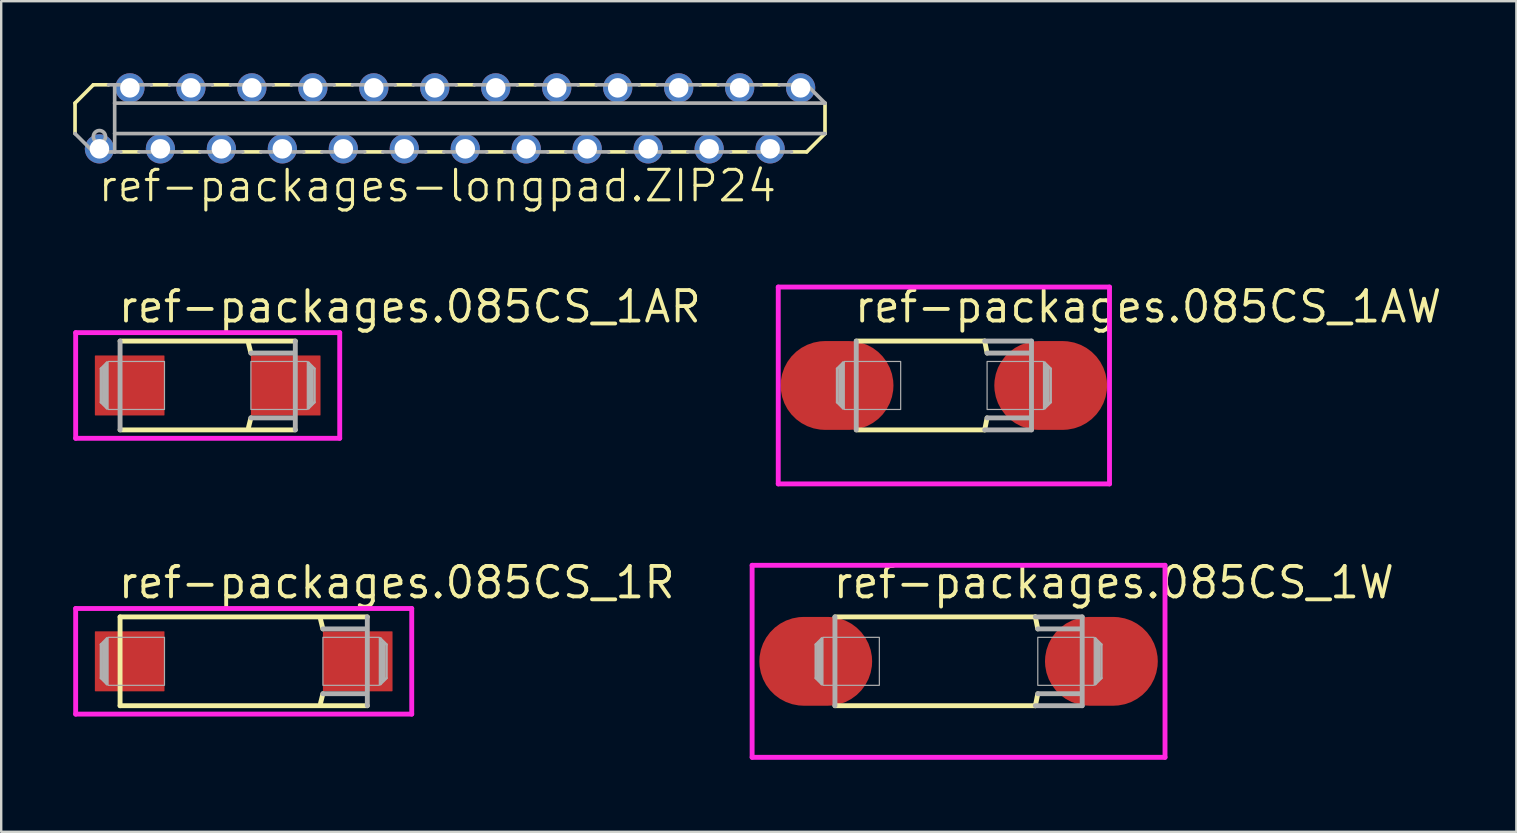
<source format=kicad_pcb>
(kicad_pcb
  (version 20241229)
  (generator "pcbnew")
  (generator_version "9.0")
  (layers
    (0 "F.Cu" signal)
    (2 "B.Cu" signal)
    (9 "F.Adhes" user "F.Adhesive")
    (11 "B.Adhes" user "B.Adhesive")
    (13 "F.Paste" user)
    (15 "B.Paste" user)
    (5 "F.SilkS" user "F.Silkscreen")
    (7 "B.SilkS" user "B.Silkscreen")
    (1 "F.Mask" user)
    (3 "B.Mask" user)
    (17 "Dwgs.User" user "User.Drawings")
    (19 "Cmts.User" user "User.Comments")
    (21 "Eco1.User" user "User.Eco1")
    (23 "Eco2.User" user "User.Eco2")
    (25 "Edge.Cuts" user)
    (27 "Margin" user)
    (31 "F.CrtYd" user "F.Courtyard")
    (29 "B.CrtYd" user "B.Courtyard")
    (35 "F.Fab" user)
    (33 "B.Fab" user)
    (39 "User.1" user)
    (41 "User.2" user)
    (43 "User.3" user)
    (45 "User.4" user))
  (footprint "ref-packages.085CS_1R"
    (layer "F.Cu")
    (at 7.102 24.499)
    (property "Reference" "ref-packages.085CS_1R" (at -5.31 -2.54 0) (layer "F.SilkS") (effects (font (size 1.27 1.27) (thickness 0.16)) (justify left bottom)))
    (attr smd)
    (fp_line (start -5.15 -1.85) (end -5.15 1.85) (stroke (width 0.203) (type default)) (layer "F.SilkS"))
    (fp_line (start -5.15 1.85) (end 5.15 1.85) (stroke (width 0.203) (type default)) (layer "F.SilkS"))
    (fp_line (start 3.3 -1.35) (end 3.2 -1.75) (stroke (width 0.203) (type default)) (layer "F.SilkS"))
    (fp_line (start 3.3 1.35) (end 3.2 1.75) (stroke (width 0.203) (type default)) (layer "F.SilkS"))
    (fp_line (start 5.15 -1.85) (end -5.15 -1.85) (stroke (width 0.203) (type default)) (layer "F.SilkS"))
    (fp_line (start -7 -2.2) (end -7 2.2) (stroke (width 0.203) (type default)) (layer "F.CrtYd"))
    (fp_line (start -7 -2.2) (end 7 -2.2) (stroke (width 0.203) (type default)) (layer "F.CrtYd"))
    (fp_line (start -7 2.2) (end 7 2.2) (stroke (width 0.203) (type default)) (layer "F.CrtYd"))
    (fp_line (start 7 -2.2) (end 7 2.2) (stroke (width 0.203) (type default)) (layer "F.CrtYd"))
    (fp_line (start -5.95 -0.7) (end -5.95 0.7) (stroke (width 0.102) (type default)) (layer "F.Fab"))
    (fp_line (start -5.95 0.7) (end -5.7 0.95) (stroke (width 0.102) (type default)) (layer "F.Fab"))
    (fp_line (start -5.8 -0.75) (end -5.8 0.75) (stroke (width 0.203) (type default)) (layer "F.Fab"))
    (fp_line (start -5.7 -0.95) (end -5.95 -0.7) (stroke (width 0.102) (type default)) (layer "F.Fab"))
    (fp_line (start -5.7 0.95) (end -5.7 -0.95) (stroke (width 0.102) (type default)) (layer "F.Fab"))
    (fp_line (start 5.05 -1.35) (end 3.3 -1.35) (stroke (width 0.203) (type default)) (layer "F.Fab"))
    (fp_line (start 5.1 1.35) (end 3.3 1.35) (stroke (width 0.203) (type default)) (layer "F.Fab"))
    (fp_line (start 5.15 1.85) (end 5.15 -1.85) (stroke (width 0.203) (type default)) (layer "F.Fab"))
    (fp_line (start 5.7 -0.95) (end 5.7 0.95) (stroke (width 0.102) (type default)) (layer "F.Fab"))
    (fp_line (start 5.7 0.95) (end 5.95 0.7) (stroke (width 0.102) (type default)) (layer "F.Fab"))
    (fp_line (start 5.8 0.75) (end 5.8 -0.75) (stroke (width 0.203) (type default)) (layer "F.Fab"))
    (fp_line (start 5.95 -0.7) (end 5.7 -0.95) (stroke (width 0.102) (type default)) (layer "F.Fab"))
    (fp_line (start 5.95 0.7) (end 5.95 -0.7) (stroke (width 0.102) (type default)) (layer "F.Fab"))
    (fp_rect (start -5.65 1) (end -3.3 -1) (stroke (width 0.05) (type default)) (fill no) (layer "F.Fab"))
    (fp_rect (start 3.3 1) (end 5.65 -1) (stroke (width 0.05) (type default)) (fill no) (layer "F.Fab"))
    (pad "+" smd roundrect (at 4.75 0) (size 2.9 2.5) (layers "F.Cu" "F.Mask" "F.Paste") (roundrect_rratio 0.01))
    (pad "-" smd roundrect (at -4.75 0) (size 2.9 2.5) (layers "F.Cu" "F.Mask" "F.Paste") (roundrect_rratio 0.01)))
  (footprint "ref-packages.085CS_1W"
    (layer "F.Cu")
    (at 36.882 24.499)
    (property "Reference" "ref-packages.085CS_1W" (at -5.31 -2.54 0) (layer "F.SilkS") (effects (font (size 1.27 1.27) (thickness 0.16)) (justify left bottom)))
    (attr smd)
    (fp_line (start -5.15 1.85) (end 3.2 1.85) (stroke (width 0.203) (type default)) (layer "F.SilkS"))
    (fp_line (start 3.2 -1.85) (end -5.15 -1.85) (stroke (width 0.203) (type default)) (layer "F.SilkS"))
    (fp_line (start 3.3 -1.35) (end 3.2 -1.85) (stroke (width 0.203) (type default)) (layer "F.SilkS"))
    (fp_line (start 3.3 1.35) (end 3.2 1.85) (stroke (width 0.203) (type default)) (layer "F.SilkS"))
    (fp_line (start -8.6 -4) (end -8.6 4) (stroke (width 0.203) (type default)) (layer "F.CrtYd"))
    (fp_line (start -8.6 -4) (end 8.6 -4) (stroke (width 0.203) (type default)) (layer "F.CrtYd"))
    (fp_line (start -8.6 4) (end 8.6 4) (stroke (width 0.203) (type default)) (layer "F.CrtYd"))
    (fp_line (start 8.6 -4) (end 8.6 4) (stroke (width 0.203) (type default)) (layer "F.CrtYd"))
    (fp_line (start -5.95 -0.7) (end -5.95 0.7) (stroke (width 0.102) (type default)) (layer "F.Fab"))
    (fp_line (start -5.95 0.7) (end -5.7 0.95) (stroke (width 0.102) (type default)) (layer "F.Fab"))
    (fp_line (start -5.8 -0.75) (end -5.8 0.75) (stroke (width 0.203) (type default)) (layer "F.Fab"))
    (fp_line (start -5.7 -0.95) (end -5.95 -0.7) (stroke (width 0.102) (type default)) (layer "F.Fab"))
    (fp_line (start -5.7 0.95) (end -5.7 -0.95) (stroke (width 0.102) (type default)) (layer "F.Fab"))
    (fp_line (start -5.15 -1.85) (end -5.15 1.85) (stroke (width 0.203) (type default)) (layer "F.Fab"))
    (fp_line (start 3.2 1.85) (end 5.15 1.85) (stroke (width 0.203) (type default)) (layer "F.Fab"))
    (fp_line (start 5.05 -1.35) (end 3.3 -1.35) (stroke (width 0.203) (type default)) (layer "F.Fab"))
    (fp_line (start 5.1 1.35) (end 3.3 1.35) (stroke (width 0.203) (type default)) (layer "F.Fab"))
    (fp_line (start 5.15 -1.85) (end 3.2 -1.85) (stroke (width 0.203) (type default)) (layer "F.Fab"))
    (fp_line (start 5.15 1.85) (end 5.15 -1.85) (stroke (width 0.203) (type default)) (layer "F.Fab"))
    (fp_line (start 5.7 -0.95) (end 5.7 0.95) (stroke (width 0.102) (type default)) (layer "F.Fab"))
    (fp_line (start 5.7 0.95) (end 5.95 0.7) (stroke (width 0.102) (type default)) (layer "F.Fab"))
    (fp_line (start 5.8 0.75) (end 5.8 -0.75) (stroke (width 0.203) (type default)) (layer "F.Fab"))
    (fp_line (start 5.95 -0.7) (end 5.7 -0.95) (stroke (width 0.102) (type default)) (layer "F.Fab"))
    (fp_line (start 5.95 0.7) (end 5.95 -0.7) (stroke (width 0.102) (type default)) (layer "F.Fab"))
    (fp_rect (start -5.65 1) (end -3.3 -1) (stroke (width 0.05) (type default)) (fill no) (layer "F.Fab"))
    (fp_rect (start 3.3 1) (end 5.65 -1) (stroke (width 0.05) (type default)) (fill no) (layer "F.Fab"))
    (pad "+" smd roundrect (at 5.95 0) (size 4.7 3.7) (layers "F.Cu" "F.Mask" "F.Paste") (roundrect_rratio 0.5))
    (pad "-" smd roundrect (at -5.95 0) (size 4.7 3.7) (layers "F.Cu" "F.Mask" "F.Paste") (roundrect_rratio 0.5)))
  (footprint "ref-packages.085CS_1AW"
    (layer "F.Cu")
    (at 36.27 13.008)
    (property "Reference" "ref-packages.085CS_1AW" (at -3.81 -2.54 0) (layer "F.SilkS") (effects (font (size 1.27 1.27) (thickness 0.16)) (justify left bottom)))
    (attr smd)
    (fp_line (start -3.65 1.85) (end 1.7 1.85) (stroke (width 0.203) (type default)) (layer "F.SilkS"))
    (fp_line (start 1.7 -1.85) (end -3.65 -1.85) (stroke (width 0.203) (type default)) (layer "F.SilkS"))
    (fp_line (start 1.8 -1.35) (end 1.7 -1.85) (stroke (width 0.203) (type default)) (layer "F.SilkS"))
    (fp_line (start 1.8 1.35) (end 1.7 1.85) (stroke (width 0.203) (type default)) (layer "F.SilkS"))
    (fp_line (start -6.9 -4.1) (end -6.9 4.1) (stroke (width 0.203) (type default)) (layer "F.CrtYd"))
    (fp_line (start -6.9 -4.1) (end 6.9 -4.1) (stroke (width 0.203) (type default)) (layer "F.CrtYd"))
    (fp_line (start -6.9 4.1) (end 6.9 4.1) (stroke (width 0.203) (type default)) (layer "F.CrtYd"))
    (fp_line (start 6.9 -4.1) (end 6.9 4.1) (stroke (width 0.203) (type default)) (layer "F.CrtYd"))
    (fp_line (start -4.45 -0.7) (end -4.45 0.7) (stroke (width 0.102) (type default)) (layer "F.Fab"))
    (fp_line (start -4.45 0.7) (end -4.2 0.95) (stroke (width 0.102) (type default)) (layer "F.Fab"))
    (fp_line (start -4.3 -0.75) (end -4.3 0.75) (stroke (width 0.203) (type default)) (layer "F.Fab"))
    (fp_line (start -4.2 -0.95) (end -4.45 -0.7) (stroke (width 0.102) (type default)) (layer "F.Fab"))
    (fp_line (start -4.2 0.95) (end -4.2 -0.95) (stroke (width 0.102) (type default)) (layer "F.Fab"))
    (fp_line (start -3.65 -1.85) (end -3.65 1.85) (stroke (width 0.203) (type default)) (layer "F.Fab"))
    (fp_line (start 1.7 1.85) (end 3.65 1.85) (stroke (width 0.203) (type default)) (layer "F.Fab"))
    (fp_line (start 3.55 -1.35) (end 1.8 -1.35) (stroke (width 0.203) (type default)) (layer "F.Fab"))
    (fp_line (start 3.6 1.35) (end 1.8 1.35) (stroke (width 0.203) (type default)) (layer "F.Fab"))
    (fp_line (start 3.65 -1.85) (end 1.7 -1.85) (stroke (width 0.203) (type default)) (layer "F.Fab"))
    (fp_line (start 3.65 1.85) (end 3.65 -1.85) (stroke (width 0.203) (type default)) (layer "F.Fab"))
    (fp_line (start 4.2 -0.95) (end 4.2 0.95) (stroke (width 0.102) (type default)) (layer "F.Fab"))
    (fp_line (start 4.2 0.95) (end 4.45 0.7) (stroke (width 0.102) (type default)) (layer "F.Fab"))
    (fp_line (start 4.3 0.75) (end 4.3 -0.75) (stroke (width 0.203) (type default)) (layer "F.Fab"))
    (fp_line (start 4.45 -0.7) (end 4.2 -0.95) (stroke (width 0.102) (type default)) (layer "F.Fab"))
    (fp_line (start 4.45 0.7) (end 4.45 -0.7) (stroke (width 0.102) (type default)) (layer "F.Fab"))
    (fp_rect (start -4.15 1) (end -1.8 -1) (stroke (width 0.05) (type default)) (fill no) (layer "F.Fab"))
    (fp_rect (start 1.8 1) (end 4.15 -1) (stroke (width 0.05) (type default)) (fill no) (layer "F.Fab"))
    (pad "+" smd roundrect (at 4.45 0) (size 4.7 3.7) (layers "F.Cu" "F.Mask" "F.Paste") (roundrect_rratio 0.5))
    (pad "-" smd roundrect (at -4.45 0) (size 4.7 3.7) (layers "F.Cu" "F.Mask" "F.Paste") (roundrect_rratio 0.5)))
  (footprint "ref-packages-longpad.ZIP24"
    (layer "F.Cu")
    (at 15.697 1.88)
    (property "Reference" "ref-packages-longpad.ZIP24" (at -14.732 3.556 0) (layer "F.SilkS") (effects (font (size 1.27 1.27) (thickness 0.13)) (justify left bottom)))
    (attr through_hole)
    (fp_line (start -15.621 -0.635) (end -15.621 0.635) (stroke (width 0.152) (type default)) (layer "F.SilkS"))
    (fp_line (start -14.859 -1.397) (end -15.621 -0.635) (stroke (width 0.152) (type default)) (layer "F.SilkS"))
    (fp_line (start -14.224 -1.397) (end -14.859 -1.397) (stroke (width 0.152) (type default)) (layer "F.SilkS"))
    (fp_line (start -12.954 1.397) (end -13.716 1.397) (stroke (width 0.152) (type default)) (layer "F.SilkS"))
    (fp_line (start -11.684 -1.397) (end -12.446 -1.397) (stroke (width 0.152) (type default)) (layer "F.SilkS"))
    (fp_line (start -10.414 1.397) (end -11.176 1.397) (stroke (width 0.152) (type default)) (layer "F.SilkS"))
    (fp_line (start -9.144 -1.397) (end -9.906 -1.397) (stroke (width 0.152) (type default)) (layer "F.SilkS"))
    (fp_line (start -7.874 1.397) (end -8.636 1.397) (stroke (width 0.152) (type default)) (layer "F.SilkS"))
    (fp_line (start -6.604 -1.397) (end -7.366 -1.397) (stroke (width 0.152) (type default)) (layer "F.SilkS"))
    (fp_line (start -5.334 1.397) (end -6.096 1.397) (stroke (width 0.152) (type default)) (layer "F.SilkS"))
    (fp_line (start -4.064 -1.397) (end -4.826 -1.397) (stroke (width 0.152) (type default)) (layer "F.SilkS"))
    (fp_line (start -2.794 1.397) (end -3.556 1.397) (stroke (width 0.152) (type default)) (layer "F.SilkS"))
    (fp_line (start -1.524 -1.397) (end -2.286 -1.397) (stroke (width 0.152) (type default)) (layer "F.SilkS"))
    (fp_line (start -0.254 1.397) (end -1.016 1.397) (stroke (width 0.152) (type default)) (layer "F.SilkS"))
    (fp_line (start 1.016 -1.397) (end 0.254 -1.397) (stroke (width 0.152) (type default)) (layer "F.SilkS"))
    (fp_line (start 2.286 1.397) (end 1.524 1.397) (stroke (width 0.152) (type default)) (layer "F.SilkS"))
    (fp_line (start 3.556 -1.397) (end 2.794 -1.397) (stroke (width 0.152) (type default)) (layer "F.SilkS"))
    (fp_line (start 4.826 1.397) (end 4.064 1.397) (stroke (width 0.152) (type default)) (layer "F.SilkS"))
    (fp_line (start 6.096 -1.397) (end 5.334 -1.397) (stroke (width 0.152) (type default)) (layer "F.SilkS"))
    (fp_line (start 7.366 1.397) (end 6.604 1.397) (stroke (width 0.152) (type default)) (layer "F.SilkS"))
    (fp_line (start 8.636 -1.397) (end 7.874 -1.397) (stroke (width 0.152) (type default)) (layer "F.SilkS"))
    (fp_line (start 9.906 1.397) (end 9.144 1.397) (stroke (width 0.152) (type default)) (layer "F.SilkS"))
    (fp_line (start 11.176 -1.397) (end 10.414 -1.397) (stroke (width 0.152) (type default)) (layer "F.SilkS"))
    (fp_line (start 12.446 1.397) (end 11.684 1.397) (stroke (width 0.152) (type default)) (layer "F.SilkS"))
    (fp_line (start 13.716 -1.397) (end 12.954 -1.397) (stroke (width 0.152) (type default)) (layer "F.SilkS"))
    (fp_line (start 14.859 1.397) (end 14.224 1.397) (stroke (width 0.152) (type default)) (layer "F.SilkS"))
    (fp_line (start 14.859 1.397) (end 15.621 0.635) (stroke (width 0.152) (type default)) (layer "F.SilkS"))
    (fp_line (start 15.621 0.635) (end 15.621 -0.635) (stroke (width 0.152) (type default)) (layer "F.SilkS"))
    (fp_line (start -15.621 0.635) (end -14.859 1.397) (stroke (width 0.152) (type default)) (layer "F.Fab"))
    (fp_line (start -13.97 -1.397) (end -14.224 -1.397) (stroke (width 0.152) (type default)) (layer "F.Fab"))
    (fp_line (start -13.97 -0.635) (end -13.97 -1.397) (stroke (width 0.152) (type default)) (layer "F.Fab"))
    (fp_line (start -13.97 0.635) (end -13.97 -0.635) (stroke (width 0.152) (type default)) (layer "F.Fab"))
    (fp_line (start -13.97 1.397) (end -14.859 1.397) (stroke (width 0.152) (type default)) (layer "F.Fab"))
    (fp_line (start -13.97 1.397) (end -13.97 0.635) (stroke (width 0.152) (type default)) (layer "F.Fab"))
    (fp_line (start -13.716 1.397) (end -13.97 1.397) (stroke (width 0.152) (type default)) (layer "F.Fab"))
    (fp_line (start -12.446 -1.397) (end -13.97 -1.397) (stroke (width 0.152) (type default)) (layer "F.Fab"))
    (fp_line (start -11.176 1.397) (end -12.954 1.397) (stroke (width 0.152) (type default)) (layer "F.Fab"))
    (fp_line (start -9.906 -1.397) (end -11.684 -1.397) (stroke (width 0.152) (type default)) (layer "F.Fab"))
    (fp_line (start -8.636 1.397) (end -10.414 1.397) (stroke (width 0.152) (type default)) (layer "F.Fab"))
    (fp_line (start -7.366 -1.397) (end -9.144 -1.397) (stroke (width 0.152) (type default)) (layer "F.Fab"))
    (fp_line (start -6.096 1.397) (end -7.874 1.397) (stroke (width 0.152) (type default)) (layer "F.Fab"))
    (fp_line (start -4.826 -1.397) (end -6.604 -1.397) (stroke (width 0.152) (type default)) (layer "F.Fab"))
    (fp_line (start -3.556 1.397) (end -5.334 1.397) (stroke (width 0.152) (type default)) (layer "F.Fab"))
    (fp_line (start -2.286 -1.397) (end -4.064 -1.397) (stroke (width 0.152) (type default)) (layer "F.Fab"))
    (fp_line (start -1.016 1.397) (end -2.794 1.397) (stroke (width 0.152) (type default)) (layer "F.Fab"))
    (fp_line (start 0.254 -1.397) (end -1.524 -1.397) (stroke (width 0.152) (type default)) (layer "F.Fab"))
    (fp_line (start 1.524 1.397) (end -0.254 1.397) (stroke (width 0.152) (type default)) (layer "F.Fab"))
    (fp_line (start 2.794 -1.397) (end 1.016 -1.397) (stroke (width 0.152) (type default)) (layer "F.Fab"))
    (fp_line (start 4.064 1.397) (end 2.286 1.397) (stroke (width 0.152) (type default)) (layer "F.Fab"))
    (fp_line (start 5.334 -1.397) (end 3.556 -1.397) (stroke (width 0.152) (type default)) (layer "F.Fab"))
    (fp_line (start 6.604 1.397) (end 4.826 1.397) (stroke (width 0.152) (type default)) (layer "F.Fab"))
    (fp_line (start 7.874 -1.397) (end 6.096 -1.397) (stroke (width 0.152) (type default)) (layer "F.Fab"))
    (fp_line (start 9.144 1.397) (end 7.366 1.397) (stroke (width 0.152) (type default)) (layer "F.Fab"))
    (fp_line (start 10.414 -1.397) (end 8.636 -1.397) (stroke (width 0.152) (type default)) (layer "F.Fab"))
    (fp_line (start 11.684 1.397) (end 9.906 1.397) (stroke (width 0.152) (type default)) (layer "F.Fab"))
    (fp_line (start 12.954 -1.397) (end 11.176 -1.397) (stroke (width 0.152) (type default)) (layer "F.Fab"))
    (fp_line (start 14.224 1.397) (end 12.446 1.397) (stroke (width 0.152) (type default)) (layer "F.Fab"))
    (fp_line (start 14.859 -1.397) (end 13.716 -1.397) (stroke (width 0.152) (type default)) (layer "F.Fab"))
    (fp_line (start 15.621 -0.635) (end -13.97 -0.635) (stroke (width 0.152) (type default)) (layer "F.Fab"))
    (fp_line (start 15.621 -0.635) (end 14.859 -1.397) (stroke (width 0.152) (type default)) (layer "F.Fab"))
    (fp_line (start 15.621 0.635) (end -13.97 0.635) (stroke (width 0.152) (type default)) (layer "F.Fab"))
    (fp_circle (center -14.605 0.762) (end -14.351 0.762) (stroke (width 0.152) (type default)) (fill no) (layer "F.Fab"))
    (pad "1" thru_hole circle (at -14.605 1.27) (size 1.219 1.219) (drill 0.813) (layers "*.Cu" "*.Mask"))
    (pad "2" thru_hole circle (at -13.335 -1.27) (size 1.219 1.219) (drill 0.813) (layers "*.Cu" "*.Mask"))
    (pad "3" thru_hole circle (at -12.065 1.27) (size 1.219 1.219) (drill 0.813) (layers "*.Cu" "*.Mask"))
    (pad "4" thru_hole circle (at -10.795 -1.27) (size 1.219 1.219) (drill 0.813) (layers "*.Cu" "*.Mask"))
    (pad "5" thru_hole circle (at -9.525 1.27) (size 1.219 1.219) (drill 0.813) (layers "*.Cu" "*.Mask"))
    (pad "6" thru_hole circle (at -8.255 -1.27) (size 1.219 1.219) (drill 0.813) (layers "*.Cu" "*.Mask"))
    (pad "7" thru_hole circle (at -6.985 1.27) (size 1.219 1.219) (drill 0.813) (layers "*.Cu" "*.Mask"))
    (pad "8" thru_hole circle (at -5.715 -1.27) (size 1.219 1.219) (drill 0.813) (layers "*.Cu" "*.Mask"))
    (pad "9" thru_hole circle (at -4.445 1.27) (size 1.219 1.219) (drill 0.813) (layers "*.Cu" "*.Mask"))
    (pad "10" thru_hole circle (at -3.175 -1.27) (size 1.219 1.219) (drill 0.813) (layers "*.Cu" "*.Mask"))
    (pad "11" thru_hole circle (at -1.905 1.27) (size 1.219 1.219) (drill 0.813) (layers "*.Cu" "*.Mask"))
    (pad "12" thru_hole circle (at -0.635 -1.27) (size 1.219 1.219) (drill 0.813) (layers "*.Cu" "*.Mask"))
    (pad "13" thru_hole circle (at 0.635 1.27) (size 1.219 1.219) (drill 0.813) (layers "*.Cu" "*.Mask"))
    (pad "14" thru_hole circle (at 1.905 -1.27) (size 1.219 1.219) (drill 0.813) (layers "*.Cu" "*.Mask"))
    (pad "15" thru_hole circle (at 3.175 1.27) (size 1.219 1.219) (drill 0.813) (layers "*.Cu" "*.Mask"))
    (pad "16" thru_hole circle (at 4.445 -1.27) (size 1.219 1.219) (drill 0.813) (layers "*.Cu" "*.Mask"))
    (pad "17" thru_hole circle (at 5.715 1.27) (size 1.219 1.219) (drill 0.813) (layers "*.Cu" "*.Mask"))
    (pad "18" thru_hole circle (at 6.985 -1.27) (size 1.219 1.219) (drill 0.813) (layers "*.Cu" "*.Mask"))
    (pad "19" thru_hole circle (at 8.255 1.27) (size 1.219 1.219) (drill 0.813) (layers "*.Cu" "*.Mask"))
    (pad "20" thru_hole circle (at 9.525 -1.27) (size 1.219 1.219) (drill 0.813) (layers "*.Cu" "*.Mask"))
    (pad "21" thru_hole circle (at 10.795 1.27) (size 1.219 1.219) (drill 0.813) (layers "*.Cu" "*.Mask"))
    (pad "22" thru_hole circle (at 12.065 -1.27) (size 1.219 1.219) (drill 0.813) (layers "*.Cu" "*.Mask"))
    (pad "23" thru_hole circle (at 13.335 1.27) (size 1.219 1.219) (drill 0.813) (layers "*.Cu" "*.Mask"))
    (pad "24" thru_hole circle (at 14.605 -1.27) (size 1.219 1.219) (drill 0.813) (layers "*.Cu" "*.Mask")))
  (footprint "ref-packages.085CS_1AR"
    (layer "F.Cu")
    (at 5.602 13.008)
    (property "Reference" "ref-packages.085CS_1AR" (at -3.81 -2.54 0) (layer "F.SilkS") (effects (font (size 1.27 1.27) (thickness 0.16)) (justify left bottom)))
    (attr smd)
    (fp_line (start -3.65 1.85) (end 3.65 1.85) (stroke (width 0.203) (type default)) (layer "F.SilkS"))
    (fp_line (start 1.8 -1.35) (end 1.7 -1.75) (stroke (width 0.203) (type default)) (layer "F.SilkS"))
    (fp_line (start 1.8 1.35) (end 1.7 1.75) (stroke (width 0.203) (type default)) (layer "F.SilkS"))
    (fp_line (start 3.65 -1.85) (end -3.65 -1.85) (stroke (width 0.203) (type default)) (layer "F.SilkS"))
    (fp_line (start -5.5 -2.2) (end -5.5 2.2) (stroke (width 0.203) (type default)) (layer "F.CrtYd"))
    (fp_line (start -5.5 -2.2) (end 5.5 -2.2) (stroke (width 0.203) (type default)) (layer "F.CrtYd"))
    (fp_line (start -5.5 2.2) (end 5.5 2.2) (stroke (width 0.203) (type default)) (layer "F.CrtYd"))
    (fp_line (start 5.5 -2.2) (end 5.5 2.2) (stroke (width 0.203) (type default)) (layer "F.CrtYd"))
    (fp_line (start -4.45 -0.7) (end -4.45 0.7) (stroke (width 0.102) (type default)) (layer "F.Fab"))
    (fp_line (start -4.45 0.7) (end -4.2 0.95) (stroke (width 0.102) (type default)) (layer "F.Fab"))
    (fp_line (start -4.3 -0.75) (end -4.3 0.75) (stroke (width 0.203) (type default)) (layer "F.Fab"))
    (fp_line (start -4.2 -0.95) (end -4.45 -0.7) (stroke (width 0.102) (type default)) (layer "F.Fab"))
    (fp_line (start -4.2 0.95) (end -4.2 -0.95) (stroke (width 0.102) (type default)) (layer "F.Fab"))
    (fp_line (start -3.65 -1.85) (end -3.65 1.85) (stroke (width 0.203) (type default)) (layer "F.Fab"))
    (fp_line (start 3.55 -1.35) (end 1.8 -1.35) (stroke (width 0.203) (type default)) (layer "F.Fab"))
    (fp_line (start 3.6 1.35) (end 1.8 1.35) (stroke (width 0.203) (type default)) (layer "F.Fab"))
    (fp_line (start 3.65 1.85) (end 3.65 -1.85) (stroke (width 0.203) (type default)) (layer "F.Fab"))
    (fp_line (start 4.2 -0.95) (end 4.2 0.95) (stroke (width 0.102) (type default)) (layer "F.Fab"))
    (fp_line (start 4.2 0.95) (end 4.45 0.7) (stroke (width 0.102) (type default)) (layer "F.Fab"))
    (fp_line (start 4.3 0.75) (end 4.3 -0.75) (stroke (width 0.203) (type default)) (layer "F.Fab"))
    (fp_line (start 4.45 -0.7) (end 4.2 -0.95) (stroke (width 0.102) (type default)) (layer "F.Fab"))
    (fp_line (start 4.45 0.7) (end 4.45 -0.7) (stroke (width 0.102) (type default)) (layer "F.Fab"))
    (fp_rect (start -4.15 1) (end -1.8 -1) (stroke (width 0.05) (type default)) (fill no) (layer "F.Fab"))
    (fp_rect (start 1.8 1) (end 4.15 -1) (stroke (width 0.05) (type default)) (fill no) (layer "F.Fab"))
    (pad "+" smd roundrect (at 3.25 0) (size 2.9 2.5) (layers "F.Cu" "F.Mask" "F.Paste") (roundrect_rratio 0.01))
    (pad "-" smd roundrect (at -3.25 0) (size 2.9 2.5) (layers "F.Cu" "F.Mask" "F.Paste") (roundrect_rratio 0.01)))
  (gr_rect
    (start -3 -3)
    (end 60.119 31.601)
    (stroke (width 0.1) (type default))
    (fill no)
    (layer "Edge.Cuts")))
</source>
